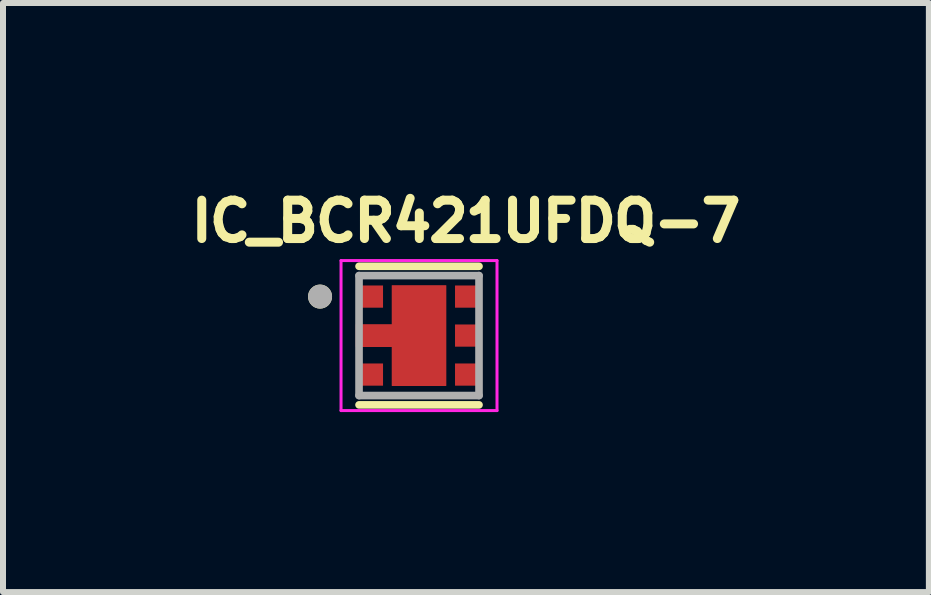
<source format=kicad_pcb>
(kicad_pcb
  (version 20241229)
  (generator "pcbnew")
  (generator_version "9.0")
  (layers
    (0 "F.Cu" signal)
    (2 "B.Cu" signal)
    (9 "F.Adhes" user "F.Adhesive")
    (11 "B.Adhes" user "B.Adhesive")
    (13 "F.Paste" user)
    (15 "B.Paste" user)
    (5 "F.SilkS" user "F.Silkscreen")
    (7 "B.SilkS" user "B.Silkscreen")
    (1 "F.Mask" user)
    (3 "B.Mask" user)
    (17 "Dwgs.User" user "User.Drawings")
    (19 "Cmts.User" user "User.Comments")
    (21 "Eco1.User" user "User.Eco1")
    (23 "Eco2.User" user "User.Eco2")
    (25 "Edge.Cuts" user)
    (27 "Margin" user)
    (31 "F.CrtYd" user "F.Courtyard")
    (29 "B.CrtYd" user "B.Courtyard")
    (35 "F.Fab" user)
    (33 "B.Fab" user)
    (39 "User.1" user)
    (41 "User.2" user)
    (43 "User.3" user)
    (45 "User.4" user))
  (footprint "IC_BCR421UFDQ-7"
    (layer "F.Cu")
    (at 3.935 2.544)
    (property "Reference" "IC_BCR421UFDQ-7" (at 0.782 -1.906 0) (layer "F.SilkS") (effects (font (size 0.64 0.64) (thickness 0.15))))
    (attr smd)
    (fp_poly (pts (xy -1.1 -0.885) (xy -0.55 -0.885) (xy -0.55 -0.415) (xy -1.1 -0.415)) (stroke (width 0.01) (type solid)) (fill yes) (layer "F.Mask"))
    (fp_poly (pts (xy -1.1 0.415) (xy -0.55 0.415) (xy -0.55 0.885) (xy -1.1 0.885)) (stroke (width 0.01) (type solid)) (fill yes) (layer "F.Mask"))
    (fp_poly (pts (xy 0.55 -0.885) (xy 1.1 -0.885) (xy 1.1 -0.415) (xy 0.55 -0.415)) (stroke (width 0.01) (type solid)) (fill yes) (layer "F.Mask"))
    (fp_poly (pts (xy 0.55 -0.235) (xy 1.1 -0.235) (xy 1.1 0.235) (xy 0.55 0.235)) (stroke (width 0.01) (type solid)) (fill yes) (layer "F.Mask"))
    (fp_poly (pts (xy 0.55 0.415) (xy 1.1 0.415) (xy 1.1 0.885) (xy 0.55 0.885)) (stroke (width 0.01) (type solid)) (fill yes) (layer "F.Mask"))
    (fp_poly (pts (xy -0.5 -0.885) (xy 0.5 -0.885) (xy 0.5 0.885) (xy -0.5 0.885) (xy -0.5 0.235) (xy -1.1 0.235) (xy -1.1 -0.235) (xy -0.5 -0.235)) (stroke (width 0.01) (type solid)) (fill yes) (layer "F.Mask"))
    (fp_line (start -1 -1.155) (end 1 -1.155) (stroke (width 0.127) (type solid)) (layer "F.SilkS"))
    (fp_line (start 1 1.155) (end -1 1.155) (stroke (width 0.127) (type solid)) (layer "F.SilkS"))
    (fp_circle (center -1.65 -0.65) (end -1.55 -0.65) (stroke (width 0.2) (type solid)) (fill no) (layer "F.SilkS"))
    (fp_poly (pts (xy -1.05 -0.185) (xy -0.6 -0.185) (xy -0.6 0.185) (xy -1.05 0.185)) (stroke (width 0.01) (type solid)) (fill yes) (layer "F.Paste"))
    (fp_poly (pts (xy -0.285 -0.528) (xy 0.285 -0.528) (xy 0.285 0.528) (xy -0.285 0.528)) (stroke (width 0.01) (type solid)) (fill yes) (layer "F.Paste"))
    (fp_line (start -1.3 -1.25) (end 1.3 -1.25) (stroke (width 0.05) (type solid)) (layer "F.CrtYd"))
    (fp_line (start -1.3 1.25) (end -1.3 -1.25) (stroke (width 0.05) (type solid)) (layer "F.CrtYd"))
    (fp_line (start 1.3 -1.25) (end 1.3 1.25) (stroke (width 0.05) (type solid)) (layer "F.CrtYd"))
    (fp_line (start 1.3 1.25) (end -1.3 1.25) (stroke (width 0.05) (type solid)) (layer "F.CrtYd"))
    (fp_line (start -1 -1) (end 1 -1) (stroke (width 0.127) (type solid)) (layer "F.Fab"))
    (fp_line (start -1 1) (end -1 -1) (stroke (width 0.127) (type solid)) (layer "F.Fab"))
    (fp_line (start 1 -1) (end 1 1) (stroke (width 0.127) (type solid)) (layer "F.Fab"))
    (fp_line (start 1 1) (end -1 1) (stroke (width 0.127) (type solid)) (layer "F.Fab"))
    (fp_circle (center -1.65 -0.65) (end -1.55 -0.65) (stroke (width 0.2) (type solid)) (fill no) (layer "F.Fab"))
    (pad "1" smd rect (at -0.825 -0.65) (size 0.45 0.37) (layers "F.Cu" "F.Paste"))
    (pad "2" smd custom (at -0.825 0) (size 0.45 0.37) (layers "F.Cu") (options (anchor rect)) (primitives (gr_poly (pts (xy 0.375 -0.835) (xy 1.275 -0.835) (xy 1.275 0.835) (xy 0.375 0.835) (xy 0.375 0.185) (xy -0.225 0.185) (xy -0.225 -0.185) (xy 0.375 -0.185)) (width 0.01) (fill yes))))
    (pad "3" smd rect (at -0.825 0.65) (size 0.45 0.37) (layers "F.Cu" "F.Paste"))
    (pad "4" smd rect (at 0.825 0.65) (size 0.45 0.37) (layers "F.Cu" "F.Paste"))
    (pad "5" smd rect (at 0.825 0) (size 0.45 0.37) (layers "F.Cu" "F.Paste"))
    (pad "6" smd rect (at 0.825 -0.65) (size 0.45 0.37) (layers "F.Cu" "F.Paste")))
  (gr_rect
    (start -3 -3)
    (end 12.434 6.819)
    (stroke (width 0.1) (type default))
    (fill no)
    (layer "Edge.Cuts")))
</source>
